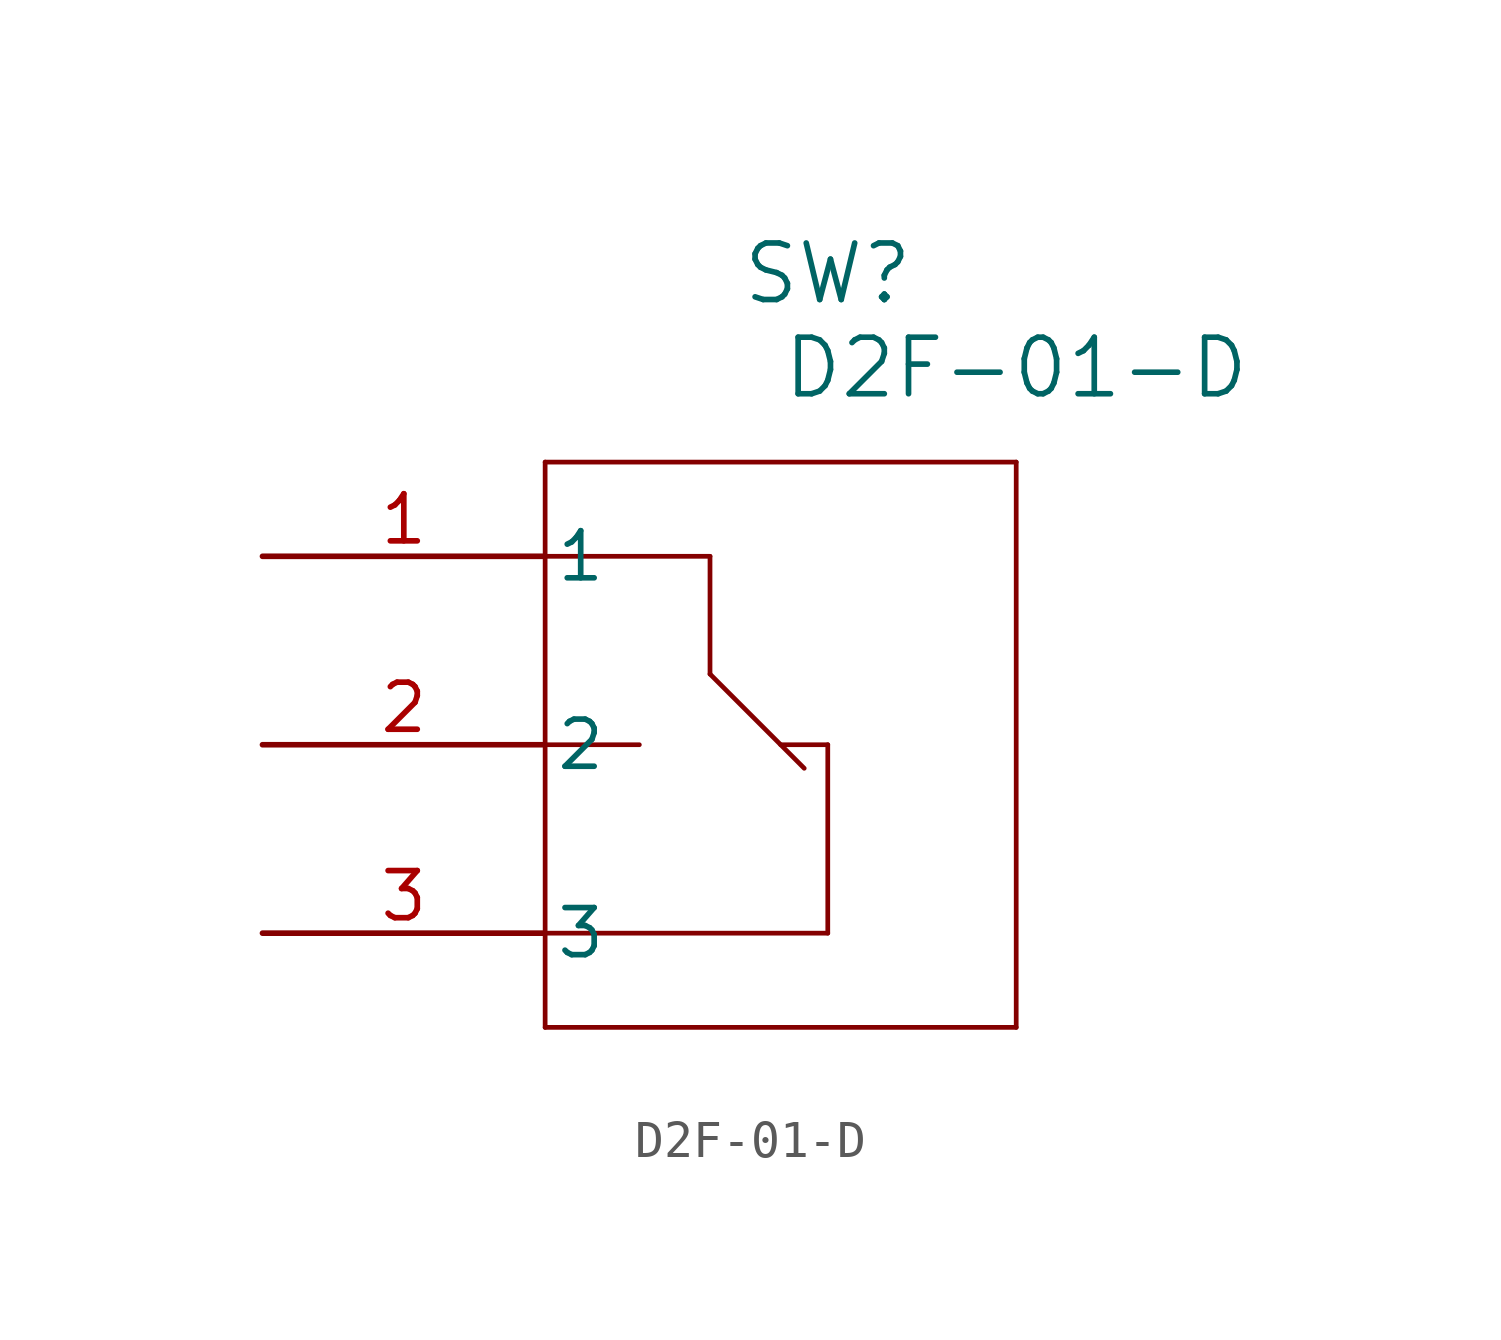
<source format=kicad_sym>
(kicad_symbol_lib
  (version 20211014)
  (generator kicad_symbol_editor)
  (symbol "D2F-01-D"
    (pin_names
      (offset 0.254))
    (property "Reference" "SW"
      (at 15.24 7.62 0)
      (effects (font (size 1.524 1.524))))
    (property "Value" "D2F-01-D"
      (at 20.32 5.08 0)
      (effects (font (size 1.524 1.524))))
    (symbol "D2F-01-D_0_1"
      (polyline (pts (xy 7.62 2.54) (xy 7.62 -12.7)) (stroke (width 0.127) (type default) (color 0 0 0 0)) (fill (type none)))
      (polyline (pts (xy 7.62 -12.7) (xy 20.32 -12.7)) (stroke (width 0.127) (type default) (color 0 0 0 0)) (fill (type none)))
      (polyline (pts (xy 20.32 -12.7) (xy 20.32 2.54)) (stroke (width 0.127) (type default) (color 0 0 0 0)) (fill (type none)))
      (polyline (pts (xy 20.32 2.54) (xy 7.62 2.54)) (stroke (width 0.127) (type default) (color 0 0 0 0)) (fill (type none)))
      (polyline (pts (xy 7.62 -5.08) (xy 10.16 -5.08)) (stroke (width 0.127) (type default) (color 0 0 0 0)) (fill (type none)))
      (polyline (pts (xy 7.62 -10.16) (xy 15.24 -10.16)) (stroke (width 0.127) (type default) (color 0 0 0 0)) (fill (type none)))
      (polyline (pts (xy 15.24 -5.08) (xy 15.24 -10.16)) (stroke (width 0.127) (type default) (color 0 0 0 0)) (fill (type none)))
      (polyline (pts (xy 15.24 -5.08) (xy 13.97 -5.08)) (stroke (width 0.127) (type default) (color 0 0 0 0)) (fill (type none)))
      (polyline (pts (xy 7.62 0) (xy 12.065 0)) (stroke (width 0.127) (type default) (color 0 0 0 0)) (fill (type none)))
      (polyline (pts (xy 12.065 0) (xy 12.065 -3.175)) (stroke (width 0.127) (type default) (color 0 0 0 0)) (fill (type none)))
      (polyline (pts (xy 12.065 -3.175) (xy 14.605 -5.715)) (stroke (width 0.127) (type default) (color 0 0 0 0)) (fill (type none)))
      (pin unspecified line (at 0 0 0) (length 7.62) (name "1" (effects (font (size 1.27 1.27)))) (number "1" (effects (font (size 1.27 1.27)))))
      (pin unspecified line (at 0 -5.08 0) (length 7.62) (name "2" (effects (font (size 1.27 1.27)))) (number "2" (effects (font (size 1.27 1.27)))))
      (pin unspecified line (at 0 -10.16 0) (length 7.62) (name "3" (effects (font (size 1.27 1.27)))) (number "3" (effects (font (size 1.27 1.27))))))))
</source>
